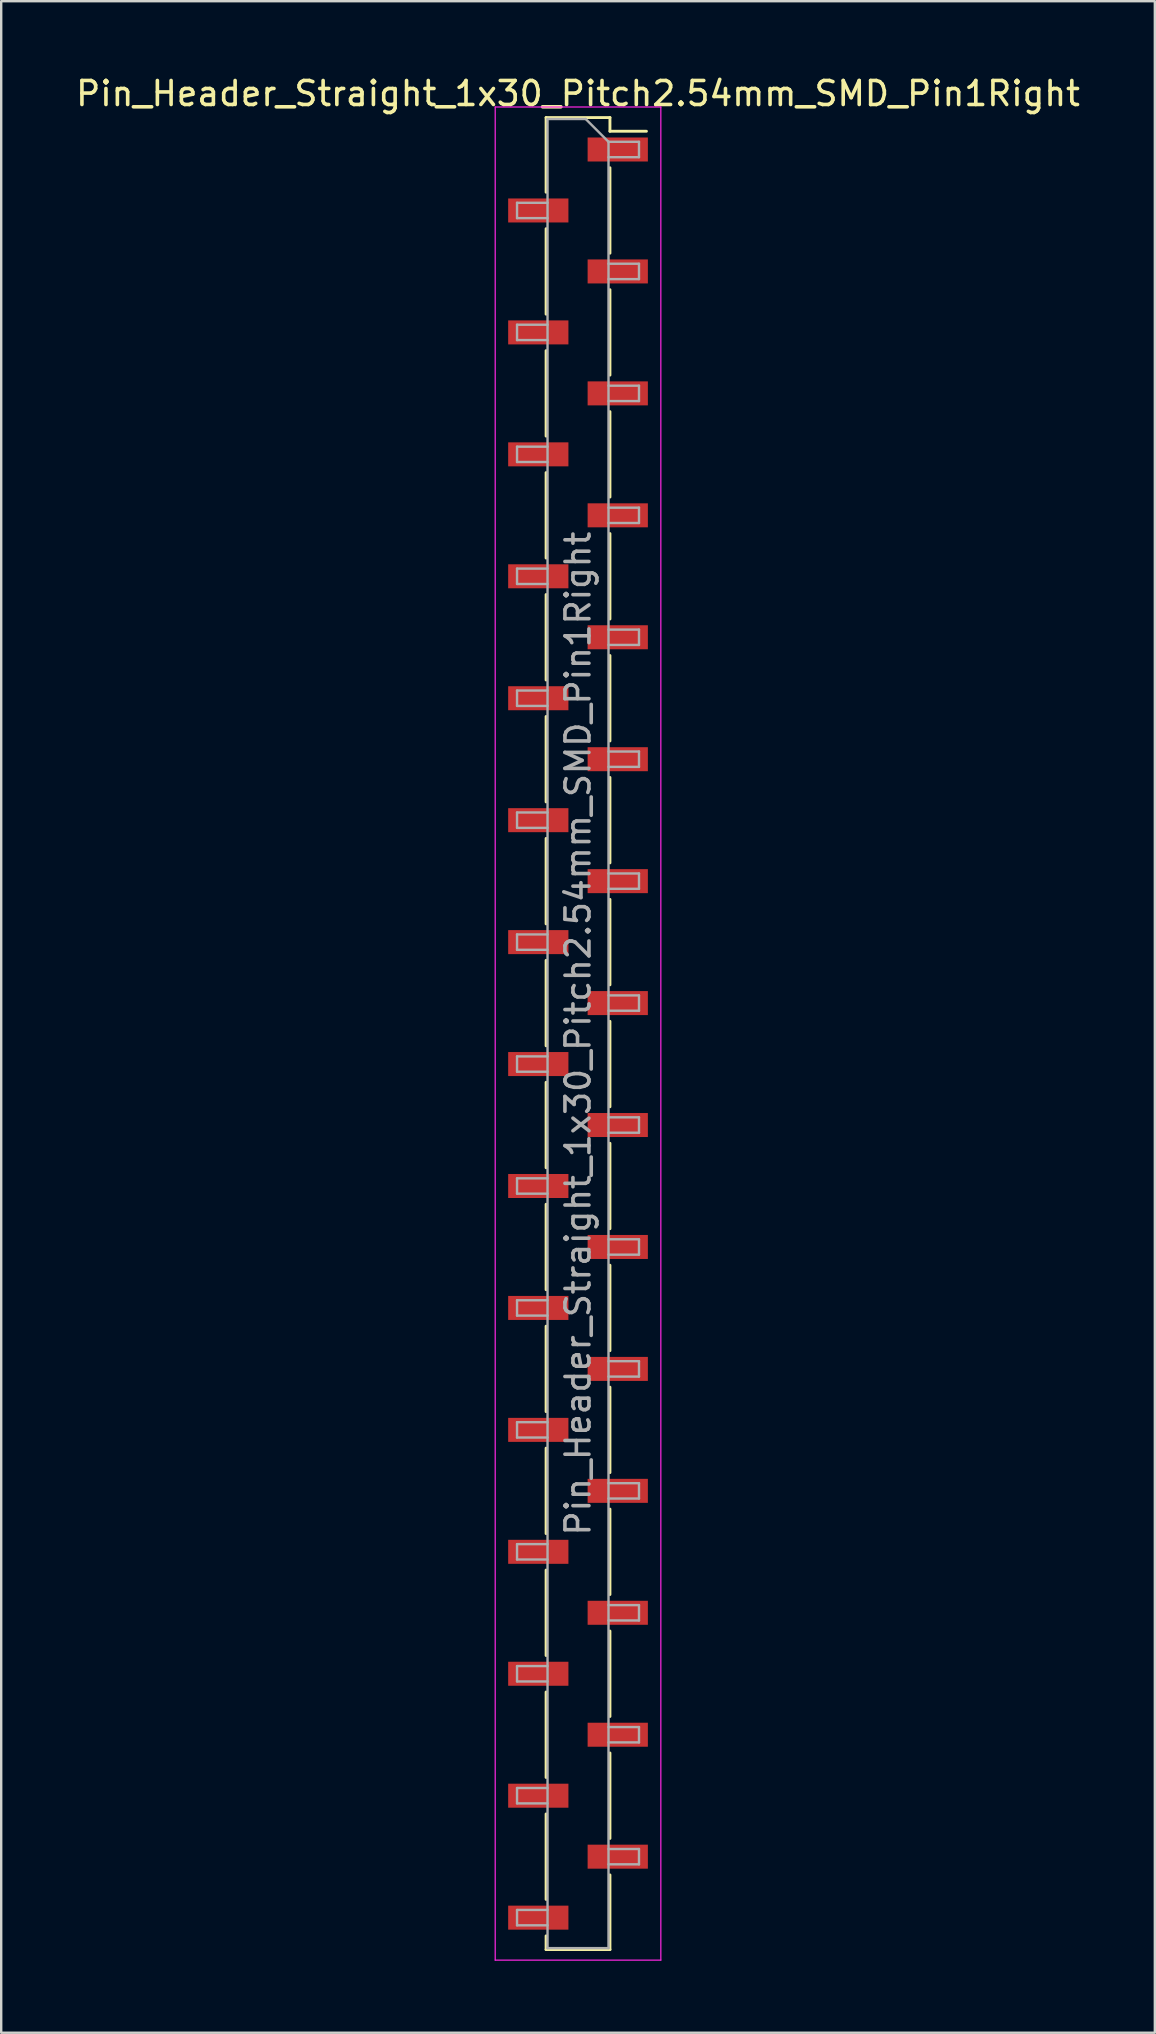
<source format=kicad_pcb>
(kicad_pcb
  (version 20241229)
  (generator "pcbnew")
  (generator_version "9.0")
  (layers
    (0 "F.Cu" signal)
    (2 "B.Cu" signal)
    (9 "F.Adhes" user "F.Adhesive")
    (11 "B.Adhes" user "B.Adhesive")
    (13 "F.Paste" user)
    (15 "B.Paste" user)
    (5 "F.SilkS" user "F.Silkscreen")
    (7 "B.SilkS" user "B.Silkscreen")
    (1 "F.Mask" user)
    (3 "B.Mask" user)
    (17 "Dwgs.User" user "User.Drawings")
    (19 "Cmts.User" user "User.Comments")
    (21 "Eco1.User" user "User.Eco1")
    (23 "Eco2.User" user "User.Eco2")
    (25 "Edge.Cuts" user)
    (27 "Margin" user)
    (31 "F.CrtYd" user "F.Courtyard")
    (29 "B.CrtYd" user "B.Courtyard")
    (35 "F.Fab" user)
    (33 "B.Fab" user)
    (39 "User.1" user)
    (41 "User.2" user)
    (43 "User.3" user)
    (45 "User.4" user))
  (footprint "Pin_Header_Straight_1x30_Pitch2.54mm_SMD_Pin1Right"
    (layer "F.Cu")
    (at 21.03 40.008)
    (property "Reference" "Pin_Header_Straight_1x30_Pitch2.54mm_SMD_Pin1Right" (at 0 -39.16 0) (layer "F.SilkS") (effects (font (size 1 1) (thickness 0.15))))
    (attr smd)
    (fp_line (start -1.33 -38.16) (end -1.33 -35.05) (stroke (width 0.12) (type solid)) (layer "F.SilkS"))
    (fp_line (start -1.33 -38.16) (end 1.33 -38.16) (stroke (width 0.12) (type solid)) (layer "F.SilkS"))
    (fp_line (start -1.33 -33.53) (end -1.33 -29.97) (stroke (width 0.12) (type solid)) (layer "F.SilkS"))
    (fp_line (start -1.33 -28.45) (end -1.33 -24.89) (stroke (width 0.12) (type solid)) (layer "F.SilkS"))
    (fp_line (start -1.33 -23.37) (end -1.33 -19.81) (stroke (width 0.12) (type solid)) (layer "F.SilkS"))
    (fp_line (start -1.33 -18.29) (end -1.33 -14.73) (stroke (width 0.12) (type solid)) (layer "F.SilkS"))
    (fp_line (start -1.33 -13.21) (end -1.33 -9.65) (stroke (width 0.12) (type solid)) (layer "F.SilkS"))
    (fp_line (start -1.33 -8.13) (end -1.33 -4.57) (stroke (width 0.12) (type solid)) (layer "F.SilkS"))
    (fp_line (start -1.33 -3.05) (end -1.33 0.51) (stroke (width 0.12) (type solid)) (layer "F.SilkS"))
    (fp_line (start -1.33 2.03) (end -1.33 5.59) (stroke (width 0.12) (type solid)) (layer "F.SilkS"))
    (fp_line (start -1.33 7.11) (end -1.33 10.67) (stroke (width 0.12) (type solid)) (layer "F.SilkS"))
    (fp_line (start -1.33 12.19) (end -1.33 15.75) (stroke (width 0.12) (type solid)) (layer "F.SilkS"))
    (fp_line (start -1.33 17.27) (end -1.33 20.83) (stroke (width 0.12) (type solid)) (layer "F.SilkS"))
    (fp_line (start -1.33 22.35) (end -1.33 25.91) (stroke (width 0.12) (type solid)) (layer "F.SilkS"))
    (fp_line (start -1.33 27.43) (end -1.33 30.99) (stroke (width 0.12) (type solid)) (layer "F.SilkS"))
    (fp_line (start -1.33 32.51) (end -1.33 36.07) (stroke (width 0.12) (type solid)) (layer "F.SilkS"))
    (fp_line (start -1.33 37.59) (end -1.33 38.16) (stroke (width 0.12) (type solid)) (layer "F.SilkS"))
    (fp_line (start -1.33 38.16) (end 1.33 38.16) (stroke (width 0.12) (type solid)) (layer "F.SilkS"))
    (fp_line (start 1.33 -38.16) (end 1.33 -37.59) (stroke (width 0.12) (type solid)) (layer "F.SilkS"))
    (fp_line (start 1.33 -37.59) (end 2.85 -37.59) (stroke (width 0.12) (type solid)) (layer "F.SilkS"))
    (fp_line (start 1.33 -36.07) (end 1.33 -32.51) (stroke (width 0.12) (type solid)) (layer "F.SilkS"))
    (fp_line (start 1.33 -30.99) (end 1.33 -27.43) (stroke (width 0.12) (type solid)) (layer "F.SilkS"))
    (fp_line (start 1.33 -25.91) (end 1.33 -22.35) (stroke (width 0.12) (type solid)) (layer "F.SilkS"))
    (fp_line (start 1.33 -20.83) (end 1.33 -17.27) (stroke (width 0.12) (type solid)) (layer "F.SilkS"))
    (fp_line (start 1.33 -15.75) (end 1.33 -12.19) (stroke (width 0.12) (type solid)) (layer "F.SilkS"))
    (fp_line (start 1.33 -10.67) (end 1.33 -7.11) (stroke (width 0.12) (type solid)) (layer "F.SilkS"))
    (fp_line (start 1.33 -5.59) (end 1.33 -2.03) (stroke (width 0.12) (type solid)) (layer "F.SilkS"))
    (fp_line (start 1.33 -0.51) (end 1.33 3.05) (stroke (width 0.12) (type solid)) (layer "F.SilkS"))
    (fp_line (start 1.33 4.57) (end 1.33 8.13) (stroke (width 0.12) (type solid)) (layer "F.SilkS"))
    (fp_line (start 1.33 9.65) (end 1.33 13.21) (stroke (width 0.12) (type solid)) (layer "F.SilkS"))
    (fp_line (start 1.33 14.73) (end 1.33 18.29) (stroke (width 0.12) (type solid)) (layer "F.SilkS"))
    (fp_line (start 1.33 19.81) (end 1.33 23.37) (stroke (width 0.12) (type solid)) (layer "F.SilkS"))
    (fp_line (start 1.33 24.89) (end 1.33 28.45) (stroke (width 0.12) (type solid)) (layer "F.SilkS"))
    (fp_line (start 1.33 29.97) (end 1.33 33.53) (stroke (width 0.12) (type solid)) (layer "F.SilkS"))
    (fp_line (start 1.33 35.05) (end 1.33 38.16) (stroke (width 0.12) (type solid)) (layer "F.SilkS"))
    (fp_line (start -3.45 -38.6) (end -3.45 38.6) (stroke (width 0.05) (type solid)) (layer "F.CrtYd"))
    (fp_line (start -3.45 38.6) (end 3.45 38.6) (stroke (width 0.05) (type solid)) (layer "F.CrtYd"))
    (fp_line (start 3.45 -38.6) (end -3.45 -38.6) (stroke (width 0.05) (type solid)) (layer "F.CrtYd"))
    (fp_line (start 3.45 38.6) (end 3.45 -38.6) (stroke (width 0.05) (type solid)) (layer "F.CrtYd"))
    (fp_line (start -2.54 -34.61) (end -2.54 -33.97) (stroke (width 0.1) (type solid)) (layer "F.Fab"))
    (fp_line (start -2.54 -33.97) (end -1.27 -33.97) (stroke (width 0.1) (type solid)) (layer "F.Fab"))
    (fp_line (start -2.54 -29.53) (end -2.54 -28.89) (stroke (width 0.1) (type solid)) (layer "F.Fab"))
    (fp_line (start -2.54 -28.89) (end -1.27 -28.89) (stroke (width 0.1) (type solid)) (layer "F.Fab"))
    (fp_line (start -2.54 -24.45) (end -2.54 -23.81) (stroke (width 0.1) (type solid)) (layer "F.Fab"))
    (fp_line (start -2.54 -23.81) (end -1.27 -23.81) (stroke (width 0.1) (type solid)) (layer "F.Fab"))
    (fp_line (start -2.54 -19.37) (end -2.54 -18.73) (stroke (width 0.1) (type solid)) (layer "F.Fab"))
    (fp_line (start -2.54 -18.73) (end -1.27 -18.73) (stroke (width 0.1) (type solid)) (layer "F.Fab"))
    (fp_line (start -2.54 -14.29) (end -2.54 -13.65) (stroke (width 0.1) (type solid)) (layer "F.Fab"))
    (fp_line (start -2.54 -13.65) (end -1.27 -13.65) (stroke (width 0.1) (type solid)) (layer "F.Fab"))
    (fp_line (start -2.54 -9.21) (end -2.54 -8.57) (stroke (width 0.1) (type solid)) (layer "F.Fab"))
    (fp_line (start -2.54 -8.57) (end -1.27 -8.57) (stroke (width 0.1) (type solid)) (layer "F.Fab"))
    (fp_line (start -2.54 -4.13) (end -2.54 -3.49) (stroke (width 0.1) (type solid)) (layer "F.Fab"))
    (fp_line (start -2.54 -3.49) (end -1.27 -3.49) (stroke (width 0.1) (type solid)) (layer "F.Fab"))
    (fp_line (start -2.54 0.95) (end -2.54 1.59) (stroke (width 0.1) (type solid)) (layer "F.Fab"))
    (fp_line (start -2.54 1.59) (end -1.27 1.59) (stroke (width 0.1) (type solid)) (layer "F.Fab"))
    (fp_line (start -2.54 6.03) (end -2.54 6.67) (stroke (width 0.1) (type solid)) (layer "F.Fab"))
    (fp_line (start -2.54 6.67) (end -1.27 6.67) (stroke (width 0.1) (type solid)) (layer "F.Fab"))
    (fp_line (start -2.54 11.11) (end -2.54 11.75) (stroke (width 0.1) (type solid)) (layer "F.Fab"))
    (fp_line (start -2.54 11.75) (end -1.27 11.75) (stroke (width 0.1) (type solid)) (layer "F.Fab"))
    (fp_line (start -2.54 16.19) (end -2.54 16.83) (stroke (width 0.1) (type solid)) (layer "F.Fab"))
    (fp_line (start -2.54 16.83) (end -1.27 16.83) (stroke (width 0.1) (type solid)) (layer "F.Fab"))
    (fp_line (start -2.54 21.27) (end -2.54 21.91) (stroke (width 0.1) (type solid)) (layer "F.Fab"))
    (fp_line (start -2.54 21.91) (end -1.27 21.91) (stroke (width 0.1) (type solid)) (layer "F.Fab"))
    (fp_line (start -2.54 26.35) (end -2.54 26.99) (stroke (width 0.1) (type solid)) (layer "F.Fab"))
    (fp_line (start -2.54 26.99) (end -1.27 26.99) (stroke (width 0.1) (type solid)) (layer "F.Fab"))
    (fp_line (start -2.54 31.43) (end -2.54 32.07) (stroke (width 0.1) (type solid)) (layer "F.Fab"))
    (fp_line (start -2.54 32.07) (end -1.27 32.07) (stroke (width 0.1) (type solid)) (layer "F.Fab"))
    (fp_line (start -2.54 36.51) (end -2.54 37.15) (stroke (width 0.1) (type solid)) (layer "F.Fab"))
    (fp_line (start -2.54 37.15) (end -1.27 37.15) (stroke (width 0.1) (type solid)) (layer "F.Fab"))
    (fp_line (start -1.27 -38.1) (end -1.27 38.1) (stroke (width 0.1) (type solid)) (layer "F.Fab"))
    (fp_line (start -1.27 -38.1) (end 0.32 -38.1) (stroke (width 0.1) (type solid)) (layer "F.Fab"))
    (fp_line (start -1.27 -34.61) (end -2.54 -34.61) (stroke (width 0.1) (type solid)) (layer "F.Fab"))
    (fp_line (start -1.27 -29.53) (end -2.54 -29.53) (stroke (width 0.1) (type solid)) (layer "F.Fab"))
    (fp_line (start -1.27 -24.45) (end -2.54 -24.45) (stroke (width 0.1) (type solid)) (layer "F.Fab"))
    (fp_line (start -1.27 -19.37) (end -2.54 -19.37) (stroke (width 0.1) (type solid)) (layer "F.Fab"))
    (fp_line (start -1.27 -14.29) (end -2.54 -14.29) (stroke (width 0.1) (type solid)) (layer "F.Fab"))
    (fp_line (start -1.27 -9.21) (end -2.54 -9.21) (stroke (width 0.1) (type solid)) (layer "F.Fab"))
    (fp_line (start -1.27 -4.13) (end -2.54 -4.13) (stroke (width 0.1) (type solid)) (layer "F.Fab"))
    (fp_line (start -1.27 0.95) (end -2.54 0.95) (stroke (width 0.1) (type solid)) (layer "F.Fab"))
    (fp_line (start -1.27 6.03) (end -2.54 6.03) (stroke (width 0.1) (type solid)) (layer "F.Fab"))
    (fp_line (start -1.27 11.11) (end -2.54 11.11) (stroke (width 0.1) (type solid)) (layer "F.Fab"))
    (fp_line (start -1.27 16.19) (end -2.54 16.19) (stroke (width 0.1) (type solid)) (layer "F.Fab"))
    (fp_line (start -1.27 21.27) (end -2.54 21.27) (stroke (width 0.1) (type solid)) (layer "F.Fab"))
    (fp_line (start -1.27 26.35) (end -2.54 26.35) (stroke (width 0.1) (type solid)) (layer "F.Fab"))
    (fp_line (start -1.27 31.43) (end -2.54 31.43) (stroke (width 0.1) (type solid)) (layer "F.Fab"))
    (fp_line (start -1.27 36.51) (end -2.54 36.51) (stroke (width 0.1) (type solid)) (layer "F.Fab"))
    (fp_line (start 1.27 -37.15) (end 0.32 -38.1) (stroke (width 0.1) (type solid)) (layer "F.Fab"))
    (fp_line (start 1.27 -37.15) (end 2.54 -37.15) (stroke (width 0.1) (type solid)) (layer "F.Fab"))
    (fp_line (start 1.27 -32.07) (end 2.54 -32.07) (stroke (width 0.1) (type solid)) (layer "F.Fab"))
    (fp_line (start 1.27 -26.99) (end 2.54 -26.99) (stroke (width 0.1) (type solid)) (layer "F.Fab"))
    (fp_line (start 1.27 -21.91) (end 2.54 -21.91) (stroke (width 0.1) (type solid)) (layer "F.Fab"))
    (fp_line (start 1.27 -16.83) (end 2.54 -16.83) (stroke (width 0.1) (type solid)) (layer "F.Fab"))
    (fp_line (start 1.27 -11.75) (end 2.54 -11.75) (stroke (width 0.1) (type solid)) (layer "F.Fab"))
    (fp_line (start 1.27 -6.67) (end 2.54 -6.67) (stroke (width 0.1) (type solid)) (layer "F.Fab"))
    (fp_line (start 1.27 -1.59) (end 2.54 -1.59) (stroke (width 0.1) (type solid)) (layer "F.Fab"))
    (fp_line (start 1.27 3.49) (end 2.54 3.49) (stroke (width 0.1) (type solid)) (layer "F.Fab"))
    (fp_line (start 1.27 8.57) (end 2.54 8.57) (stroke (width 0.1) (type solid)) (layer "F.Fab"))
    (fp_line (start 1.27 13.65) (end 2.54 13.65) (stroke (width 0.1) (type solid)) (layer "F.Fab"))
    (fp_line (start 1.27 18.73) (end 2.54 18.73) (stroke (width 0.1) (type solid)) (layer "F.Fab"))
    (fp_line (start 1.27 23.81) (end 2.54 23.81) (stroke (width 0.1) (type solid)) (layer "F.Fab"))
    (fp_line (start 1.27 28.89) (end 2.54 28.89) (stroke (width 0.1) (type solid)) (layer "F.Fab"))
    (fp_line (start 1.27 33.97) (end 2.54 33.97) (stroke (width 0.1) (type solid)) (layer "F.Fab"))
    (fp_line (start 1.27 38.1) (end -1.27 38.1) (stroke (width 0.1) (type solid)) (layer "F.Fab"))
    (fp_line (start 1.27 38.1) (end 1.27 -37.15) (stroke (width 0.1) (type solid)) (layer "F.Fab"))
    (fp_line (start 2.54 -37.15) (end 2.54 -36.51) (stroke (width 0.1) (type solid)) (layer "F.Fab"))
    (fp_line (start 2.54 -36.51) (end 1.27 -36.51) (stroke (width 0.1) (type solid)) (layer "F.Fab"))
    (fp_line (start 2.54 -32.07) (end 2.54 -31.43) (stroke (width 0.1) (type solid)) (layer "F.Fab"))
    (fp_line (start 2.54 -31.43) (end 1.27 -31.43) (stroke (width 0.1) (type solid)) (layer "F.Fab"))
    (fp_line (start 2.54 -26.99) (end 2.54 -26.35) (stroke (width 0.1) (type solid)) (layer "F.Fab"))
    (fp_line (start 2.54 -26.35) (end 1.27 -26.35) (stroke (width 0.1) (type solid)) (layer "F.Fab"))
    (fp_line (start 2.54 -21.91) (end 2.54 -21.27) (stroke (width 0.1) (type solid)) (layer "F.Fab"))
    (fp_line (start 2.54 -21.27) (end 1.27 -21.27) (stroke (width 0.1) (type solid)) (layer "F.Fab"))
    (fp_line (start 2.54 -16.83) (end 2.54 -16.19) (stroke (width 0.1) (type solid)) (layer "F.Fab"))
    (fp_line (start 2.54 -16.19) (end 1.27 -16.19) (stroke (width 0.1) (type solid)) (layer "F.Fab"))
    (fp_line (start 2.54 -11.75) (end 2.54 -11.11) (stroke (width 0.1) (type solid)) (layer "F.Fab"))
    (fp_line (start 2.54 -11.11) (end 1.27 -11.11) (stroke (width 0.1) (type solid)) (layer "F.Fab"))
    (fp_line (start 2.54 -6.67) (end 2.54 -6.03) (stroke (width 0.1) (type solid)) (layer "F.Fab"))
    (fp_line (start 2.54 -6.03) (end 1.27 -6.03) (stroke (width 0.1) (type solid)) (layer "F.Fab"))
    (fp_line (start 2.54 -1.59) (end 2.54 -0.95) (stroke (width 0.1) (type solid)) (layer "F.Fab"))
    (fp_line (start 2.54 -0.95) (end 1.27 -0.95) (stroke (width 0.1) (type solid)) (layer "F.Fab"))
    (fp_line (start 2.54 3.49) (end 2.54 4.13) (stroke (width 0.1) (type solid)) (layer "F.Fab"))
    (fp_line (start 2.54 4.13) (end 1.27 4.13) (stroke (width 0.1) (type solid)) (layer "F.Fab"))
    (fp_line (start 2.54 8.57) (end 2.54 9.21) (stroke (width 0.1) (type solid)) (layer "F.Fab"))
    (fp_line (start 2.54 9.21) (end 1.27 9.21) (stroke (width 0.1) (type solid)) (layer "F.Fab"))
    (fp_line (start 2.54 13.65) (end 2.54 14.29) (stroke (width 0.1) (type solid)) (layer "F.Fab"))
    (fp_line (start 2.54 14.29) (end 1.27 14.29) (stroke (width 0.1) (type solid)) (layer "F.Fab"))
    (fp_line (start 2.54 18.73) (end 2.54 19.37) (stroke (width 0.1) (type solid)) (layer "F.Fab"))
    (fp_line (start 2.54 19.37) (end 1.27 19.37) (stroke (width 0.1) (type solid)) (layer "F.Fab"))
    (fp_line (start 2.54 23.81) (end 2.54 24.45) (stroke (width 0.1) (type solid)) (layer "F.Fab"))
    (fp_line (start 2.54 24.45) (end 1.27 24.45) (stroke (width 0.1) (type solid)) (layer "F.Fab"))
    (fp_line (start 2.54 28.89) (end 2.54 29.53) (stroke (width 0.1) (type solid)) (layer "F.Fab"))
    (fp_line (start 2.54 29.53) (end 1.27 29.53) (stroke (width 0.1) (type solid)) (layer "F.Fab"))
    (fp_line (start 2.54 33.97) (end 2.54 34.61) (stroke (width 0.1) (type solid)) (layer "F.Fab"))
    (fp_line (start 2.54 34.61) (end 1.27 34.61) (stroke (width 0.1) (type solid)) (layer "F.Fab"))
    (fp_text user "${REFERENCE}" (at 0 0 90) (layer "F.Fab") (effects (font (size 1 1) (thickness 0.15))))
    (pad "1" smd rect (at 1.655 -36.83) (size 2.51 1) (layers "F.Cu" "F.Mask" "F.Paste"))
    (pad "2" smd rect (at -1.655 -34.29) (size 2.51 1) (layers "F.Cu" "F.Mask" "F.Paste"))
    (pad "3" smd rect (at 1.655 -31.75) (size 2.51 1) (layers "F.Cu" "F.Mask" "F.Paste"))
    (pad "4" smd rect (at -1.655 -29.21) (size 2.51 1) (layers "F.Cu" "F.Mask" "F.Paste"))
    (pad "5" smd rect (at 1.655 -26.67) (size 2.51 1) (layers "F.Cu" "F.Mask" "F.Paste"))
    (pad "6" smd rect (at -1.655 -24.13) (size 2.51 1) (layers "F.Cu" "F.Mask" "F.Paste"))
    (pad "7" smd rect (at 1.655 -21.59) (size 2.51 1) (layers "F.Cu" "F.Mask" "F.Paste"))
    (pad "8" smd rect (at -1.655 -19.05) (size 2.51 1) (layers "F.Cu" "F.Mask" "F.Paste"))
    (pad "9" smd rect (at 1.655 -16.51) (size 2.51 1) (layers "F.Cu" "F.Mask" "F.Paste"))
    (pad "10" smd rect (at -1.655 -13.97) (size 2.51 1) (layers "F.Cu" "F.Mask" "F.Paste"))
    (pad "11" smd rect (at 1.655 -11.43) (size 2.51 1) (layers "F.Cu" "F.Mask" "F.Paste"))
    (pad "12" smd rect (at -1.655 -8.89) (size 2.51 1) (layers "F.Cu" "F.Mask" "F.Paste"))
    (pad "13" smd rect (at 1.655 -6.35) (size 2.51 1) (layers "F.Cu" "F.Mask" "F.Paste"))
    (pad "14" smd rect (at -1.655 -3.81) (size 2.51 1) (layers "F.Cu" "F.Mask" "F.Paste"))
    (pad "15" smd rect (at 1.655 -1.27) (size 2.51 1) (layers "F.Cu" "F.Mask" "F.Paste"))
    (pad "16" smd rect (at -1.655 1.27) (size 2.51 1) (layers "F.Cu" "F.Mask" "F.Paste"))
    (pad "17" smd rect (at 1.655 3.81) (size 2.51 1) (layers "F.Cu" "F.Mask" "F.Paste"))
    (pad "18" smd rect (at -1.655 6.35) (size 2.51 1) (layers "F.Cu" "F.Mask" "F.Paste"))
    (pad "19" smd rect (at 1.655 8.89) (size 2.51 1) (layers "F.Cu" "F.Mask" "F.Paste"))
    (pad "20" smd rect (at -1.655 11.43) (size 2.51 1) (layers "F.Cu" "F.Mask" "F.Paste"))
    (pad "21" smd rect (at 1.655 13.97) (size 2.51 1) (layers "F.Cu" "F.Mask" "F.Paste"))
    (pad "22" smd rect (at -1.655 16.51) (size 2.51 1) (layers "F.Cu" "F.Mask" "F.Paste"))
    (pad "23" smd rect (at 1.655 19.05) (size 2.51 1) (layers "F.Cu" "F.Mask" "F.Paste"))
    (pad "24" smd rect (at -1.655 21.59) (size 2.51 1) (layers "F.Cu" "F.Mask" "F.Paste"))
    (pad "25" smd rect (at 1.655 24.13) (size 2.51 1) (layers "F.Cu" "F.Mask" "F.Paste"))
    (pad "26" smd rect (at -1.655 26.67) (size 2.51 1) (layers "F.Cu" "F.Mask" "F.Paste"))
    (pad "27" smd rect (at 1.655 29.21) (size 2.51 1) (layers "F.Cu" "F.Mask" "F.Paste"))
    (pad "28" smd rect (at -1.655 31.75) (size 2.51 1) (layers "F.Cu" "F.Mask" "F.Paste"))
    (pad "29" smd rect (at 1.655 34.29) (size 2.51 1) (layers "F.Cu" "F.Mask" "F.Paste"))
    (pad "30" smd rect (at -1.655 36.83) (size 2.51 1) (layers "F.Cu" "F.Mask" "F.Paste")))
  (gr_rect
    (start -3 -3)
    (end 45.06 81.633)
    (stroke (width 0.1) (type default))
    (fill no)
    (layer "Edge.Cuts")))
</source>
